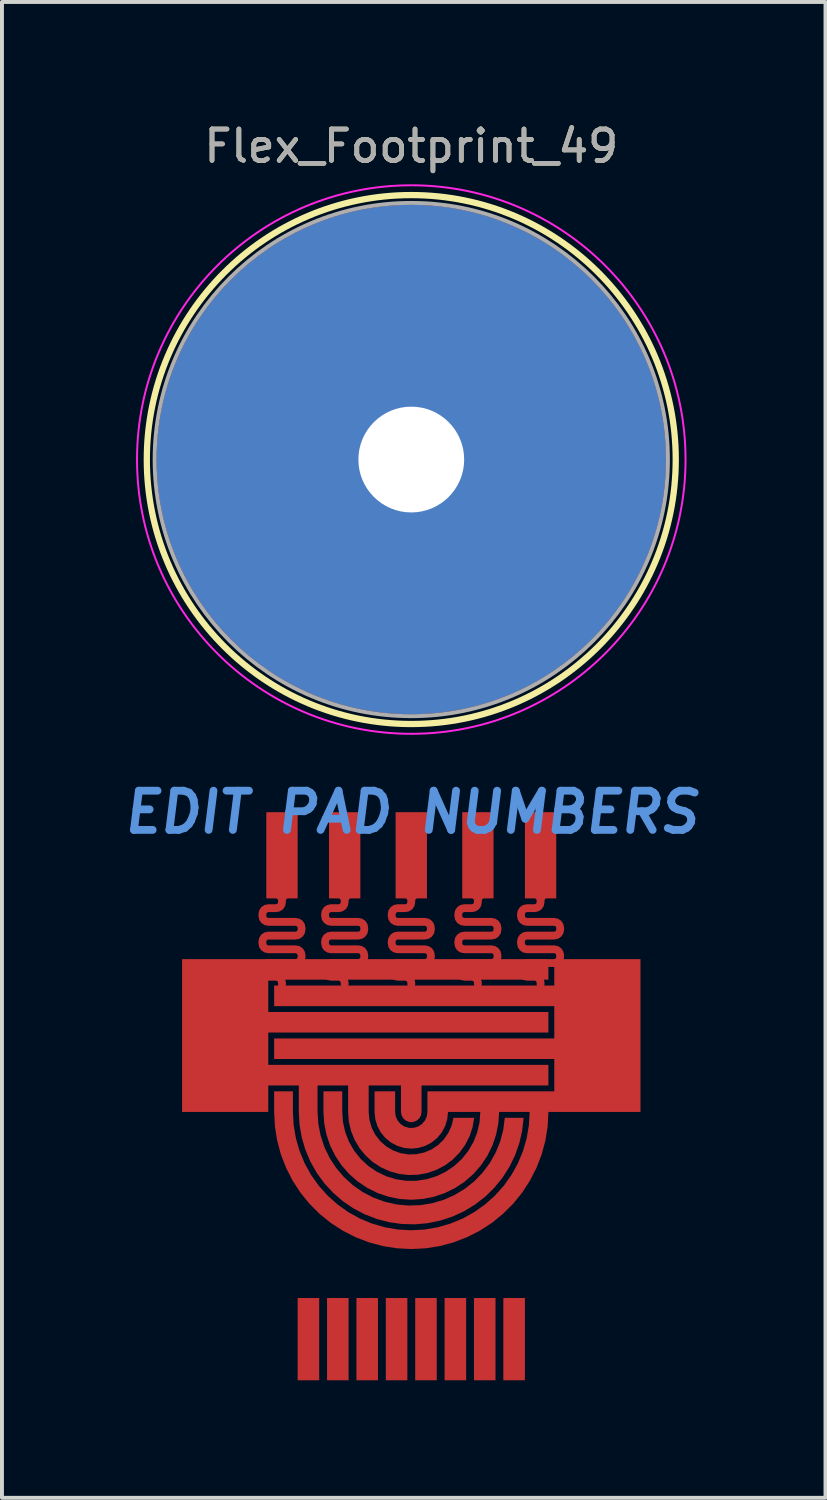
<source format=kicad_pcb>
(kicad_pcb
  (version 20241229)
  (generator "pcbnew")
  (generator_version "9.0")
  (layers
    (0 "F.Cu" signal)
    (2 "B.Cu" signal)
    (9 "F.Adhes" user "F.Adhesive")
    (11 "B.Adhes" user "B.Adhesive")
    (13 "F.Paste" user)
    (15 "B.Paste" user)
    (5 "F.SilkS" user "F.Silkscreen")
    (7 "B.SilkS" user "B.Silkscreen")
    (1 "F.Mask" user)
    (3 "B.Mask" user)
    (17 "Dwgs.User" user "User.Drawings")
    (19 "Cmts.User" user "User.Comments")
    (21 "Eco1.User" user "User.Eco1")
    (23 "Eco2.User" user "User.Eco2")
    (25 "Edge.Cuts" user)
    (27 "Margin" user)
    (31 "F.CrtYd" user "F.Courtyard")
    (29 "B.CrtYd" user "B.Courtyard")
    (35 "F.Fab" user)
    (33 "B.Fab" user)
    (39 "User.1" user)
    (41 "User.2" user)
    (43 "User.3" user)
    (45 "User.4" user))
  (footprint "Flex_Footprint_49"
    (layer "F.Cu")
    (at 7.447 8.679)
    (property "Reference" "Flex_Footprint_49" (at 0 -8 0) (layer "F.SilkS") (effects (font (size 0.8 0.8) (thickness 0.12))))
    (attr through_hole)
    (fp_circle (center 0 0) (end -6.75 0) (stroke (width 0.16) (type solid)) (fill no) (layer "F.SilkS"))
    (fp_circle (center 0 0) (end -7 0) (stroke (width 0.05) (type solid)) (fill no) (layer "F.CrtYd"))
    (fp_circle (center 0 0) (end -6.55 0) (stroke (width 0.1) (type solid)) (fill no) (layer "F.Fab"))
    (fp_text user "EDIT PAD NUMBERS" (at 0 9 0) (layer "Cmts.User") (effects (font (size 1 1) (thickness 0.2) (italic yes))))
    (fp_text user "${REFERENCE}" (at 0 -8 0) (layer "F.Fab") (effects (font (size 0.8 0.8) (thickness 0.12))))
    (pad "#" smd custom (at -4.85 13.75) (size 0.2 0.2) (layers "F.Cu" "F.Mask") (options (anchor circle)) (primitives (gr_poly (pts (xy 8.35 -0.475) (xy 1.2 -0.475) (xy 1.2 0.35) (xy 8.35 0.35) (xy 8.35 0.875) (xy 1.2 0.875) (xy 1.2 1.7) (xy 8.35 1.7) (xy 8.35 2.225) (xy 5.112 2.225) (xy 5.112 2.9) (xy 5.097 2.99) (xy 5.051 3.069) (xy 4.981 3.127) (xy 4.896 3.159) (xy 4.804 3.159) (xy 4.719 3.127) (xy 4.649 3.069) (xy 4.603 2.99) (xy 4.587 2.9) (xy 4.587 2.225) (xy 3.763 2.225) (xy 3.763 2.9) (xy 3.782 3.103) (xy 3.838 3.299) (xy 3.93 3.481) (xy 4.055 3.642) (xy 4.207 3.777) (xy 4.382 3.882) (xy 4.574 3.952) (xy 4.775 3.985) (xy 4.979 3.98) (xy 5.178 3.937) (xy 5.366 3.858) (xy 5.535 3.745) (xy 5.681 3.602) (xy 5.797 3.434) (xy 5.88 3.248) (xy 5.927 3.05) (xy 6.456 3.05) (xy 6.414 3.292) (xy 6.336 3.525) (xy 6.224 3.743) (xy 6.08 3.942) (xy 5.908 4.117) (xy 5.711 4.264) (xy 5.494 4.378) (xy 5.262 4.459) (xy 5.02 4.503) (xy 4.775 4.511) (xy 4.531 4.481) (xy 4.295 4.414) (xy 4.071 4.312) (xy 3.866 4.178) (xy 3.684 4.013) (xy 3.528 3.823) (xy 3.403 3.612) (xy 3.312 3.384) (xy 3.256 3.145) (xy 3.238 2.9) (xy 3.238 2.225) (xy 2.458 2.225) (xy 2.458 2.9) (xy 2.478 3.206) (xy 2.537 3.507) (xy 2.633 3.798) (xy 2.766 4.074) (xy 2.934 4.331) (xy 3.133 4.564) (xy 3.36 4.77) (xy 3.611 4.946) (xy 3.883 5.087) (xy 4.171 5.193) (xy 4.47 5.261) (xy 4.775 5.29) (xy 5.081 5.28) (xy 5.384 5.231) (xy 5.678 5.144) (xy 5.958 5.019) (xy 6.22 4.86) (xy 6.46 4.669) (xy 6.673 4.448) (xy 6.856 4.202) (xy 7.006 3.935) (xy 7.121 3.651) (xy 7.198 3.354) (xy 7.237 3.05) (xy 7.717 3.05) (xy 7.681 3.376) (xy 7.608 3.696) (xy 7.499 4.006) (xy 7.356 4.301) (xy 7.179 4.578) (xy 6.972 4.833) (xy 6.738 5.063) (xy 6.478 5.264) (xy 6.198 5.435) (xy 5.9 5.572) (xy 5.588 5.674) (xy 5.266 5.741) (xy 4.939 5.769) (xy 4.611 5.761) (xy 4.286 5.715) (xy 3.968 5.632) (xy 3.662 5.514) (xy 3.371 5.361) (xy 3.1 5.176) (xy 2.852 4.961) (xy 2.63 4.72) (xy 2.436 4.454) (xy 2.275 4.169) (xy 2.147 3.866) (xy 2.054 3.551) (xy 1.998 3.228) (xy 1.979 2.9) (xy 1.979 2.225) (xy 1.2 2.225) (xy 1.2 2.9) (xy -1 2.9) (xy -1 -1) (xy 8.35 -1)) (width 0) (fill yes))))
    (pad "#" smd custom (at -3.3 13.4) (size 0.1 0.1) (layers "F.Cu" "F.Mask") (options (anchor circle)) (primitives (gr_poly (pts (xy -0.15 -2.05) (xy -0.115 -2.065) (xy -0.1 -2.1) (xy -0.1 -2.15) (xy -0.115 -2.185) (xy -0.15 -2.2) (xy -0.4 -2.2) (xy -0.4 -4.4) (xy 0.4 -4.4) (xy 0.4 -2.2) (xy 0.15 -2.2) (xy 0.115 -2.185) (xy 0.1 -2.15) (xy 0.1 -2.1) (xy 0.081 -2.004) (xy 0.027 -1.923) (xy -0.054 -1.869) (xy -0.15 -1.85) (xy -0.35 -1.85) (xy -0.385 -1.835) (xy -0.4 -1.8) (xy -0.4 -1.75) (xy -0.385 -1.715) (xy -0.35 -1.7) (xy 0.35 -1.7) (xy 0.446 -1.681) (xy 0.527 -1.627) (xy 0.581 -1.546) (xy 0.6 -1.45) (xy 0.6 -1.4) (xy 0.581 -1.304) (xy 0.527 -1.223) (xy 0.446 -1.169) (xy 0.35 -1.15) (xy -0.35 -1.15) (xy -0.385 -1.135) (xy -0.4 -1.1) (xy -0.4 -1.05) (xy -0.385 -1.015) (xy -0.35 -1) (xy 0.35 -1) (xy 0.446 -0.981) (xy 0.527 -0.927) (xy 0.581 -0.846) (xy 0.6 -0.75) (xy 0.6 -0.7) (xy 0.581 -0.604) (xy 0.527 -0.523) (xy 0.446 -0.469) (xy 0.35 -0.45) (xy -0.35 -0.45) (xy -0.385 -0.435) (xy -0.4 -0.4) (xy -0.4 -0.35) (xy -0.385 -0.315) (xy -0.35 -0.3) (xy -0.15 -0.3) (xy -0.054 -0.281) (xy 0.027 -0.227) (xy 0.081 -0.146) (xy 0.1 -0.05) (xy 0.1 0) (xy 0.081 0.059) (xy 0.031 0.095) (xy -0.031 0.095) (xy -0.081 0.059) (xy -0.1 0) (xy -0.1 -0.05) (xy -0.115 -0.085) (xy -0.15 -0.1) (xy -0.35 -0.1) (xy -0.446 -0.119) (xy -0.527 -0.173) (xy -0.581 -0.254) (xy -0.6 -0.35) (xy -0.6 -0.4) (xy -0.581 -0.496) (xy -0.527 -0.577) (xy -0.446 -0.631) (xy -0.35 -0.65) (xy 0.35 -0.65) (xy 0.385 -0.665) (xy 0.4 -0.7) (xy 0.4 -0.75) (xy 0.385 -0.785) (xy 0.35 -0.8) (xy -0.35 -0.8) (xy -0.446 -0.819) (xy -0.527 -0.873) (xy -0.581 -0.954) (xy -0.6 -1.05) (xy -0.6 -1.1) (xy -0.581 -1.196) (xy -0.527 -1.277) (xy -0.446 -1.331) (xy -0.35 -1.35) (xy 0.35 -1.35) (xy 0.385 -1.365) (xy 0.4 -1.4) (xy 0.4 -1.45) (xy 0.385 -1.485) (xy 0.35 -1.5) (xy -0.35 -1.5) (xy -0.446 -1.519) (xy -0.527 -1.573) (xy -0.581 -1.654) (xy -0.6 -1.75) (xy -0.6 -1.8) (xy -0.581 -1.896) (xy -0.527 -1.977) (xy -0.446 -2.031) (xy -0.35 -2.05)) (width 0) (fill yes))))
    (pad "#" smd custom (at -2.625 22.45) (size 0.2 0.2) (layers "F.Cu" "F.Mask") (options (anchor circle)) (primitives (gr_poly (pts (xy -0.275 -1.05) (xy -0.275 1.05) (xy 0.275 1.05) (xy 0.275 -1.05)) (width 0) (fill yes))))
    (pad "#" smd custom (at -1.875 22.45) (size 0.2 0.2) (layers "F.Cu" "F.Mask") (options (anchor circle)) (primitives (gr_poly (pts (xy 0.275 -1.05) (xy 0.275 1.05) (xy -0.275 1.05) (xy -0.275 -1.05)) (width 0) (fill yes))))
    (pad "#" smd custom (at -1.7 13.4) (size 0.1 0.1) (layers "F.Cu" "F.Mask") (options (anchor circle)) (primitives (gr_poly (pts (xy -0.15 -2.05) (xy -0.115 -2.065) (xy -0.1 -2.1) (xy -0.1 -2.15) (xy -0.115 -2.185) (xy -0.15 -2.2) (xy -0.4 -2.2) (xy -0.4 -4.4) (xy 0.4 -4.4) (xy 0.4 -2.2) (xy 0.15 -2.2) (xy 0.115 -2.185) (xy 0.1 -2.15) (xy 0.1 -2.1) (xy 0.081 -2.004) (xy 0.027 -1.923) (xy -0.054 -1.869) (xy -0.15 -1.85) (xy -0.35 -1.85) (xy -0.385 -1.835) (xy -0.4 -1.8) (xy -0.4 -1.75) (xy -0.385 -1.715) (xy -0.35 -1.7) (xy 0.35 -1.7) (xy 0.446 -1.681) (xy 0.527 -1.627) (xy 0.581 -1.546) (xy 0.6 -1.45) (xy 0.6 -1.4) (xy 0.581 -1.304) (xy 0.527 -1.223) (xy 0.446 -1.169) (xy 0.35 -1.15) (xy -0.35 -1.15) (xy -0.385 -1.135) (xy -0.4 -1.1) (xy -0.4 -1.05) (xy -0.385 -1.015) (xy -0.35 -1) (xy 0.35 -1) (xy 0.446 -0.981) (xy 0.527 -0.927) (xy 0.581 -0.846) (xy 0.6 -0.75) (xy 0.6 -0.7) (xy 0.581 -0.604) (xy 0.527 -0.523) (xy 0.446 -0.469) (xy 0.35 -0.45) (xy -0.35 -0.45) (xy -0.385 -0.435) (xy -0.4 -0.4) (xy -0.4 -0.35) (xy -0.385 -0.315) (xy -0.35 -0.3) (xy -0.15 -0.3) (xy -0.054 -0.281) (xy 0.027 -0.227) (xy 0.081 -0.146) (xy 0.1 -0.05) (xy 0.1 0) (xy 0.081 0.059) (xy 0.031 0.095) (xy -0.031 0.095) (xy -0.081 0.059) (xy -0.1 0) (xy -0.1 -0.05) (xy -0.115 -0.085) (xy -0.15 -0.1) (xy -0.35 -0.1) (xy -0.446 -0.119) (xy -0.527 -0.173) (xy -0.581 -0.254) (xy -0.6 -0.35) (xy -0.6 -0.4) (xy -0.581 -0.496) (xy -0.527 -0.577) (xy -0.446 -0.631) (xy -0.35 -0.65) (xy 0.35 -0.65) (xy 0.385 -0.665) (xy 0.4 -0.7) (xy 0.4 -0.75) (xy 0.385 -0.785) (xy 0.35 -0.8) (xy -0.35 -0.8) (xy -0.446 -0.819) (xy -0.527 -0.873) (xy -0.581 -0.954) (xy -0.6 -1.05) (xy -0.6 -1.1) (xy -0.581 -1.196) (xy -0.527 -1.277) (xy -0.446 -1.331) (xy -0.35 -1.35) (xy 0.35 -1.35) (xy 0.385 -1.365) (xy 0.4 -1.4) (xy 0.4 -1.45) (xy 0.385 -1.485) (xy 0.35 -1.5) (xy -0.35 -1.5) (xy -0.446 -1.519) (xy -0.527 -1.573) (xy -0.581 -1.654) (xy -0.6 -1.75) (xy -0.6 -1.8) (xy -0.581 -1.896) (xy -0.527 -1.977) (xy -0.446 -2.031) (xy -0.35 -2.05)) (width 0) (fill yes))))
    (pad "#" smd custom (at -1.125 22.45) (size 0.2 0.2) (layers "F.Cu" "F.Mask") (options (anchor circle)) (primitives (gr_poly (pts (xy 0.275 -1.05) (xy 0.275 1.05) (xy -0.275 1.05) (xy -0.275 -1.05)) (width 0) (fill yes))))
    (pad "#" smd custom (at -0.375 22.45) (size 0.2 0.2) (layers "F.Cu" "F.Mask") (options (anchor circle)) (primitives (gr_poly (pts (xy 0.275 1.05) (xy -0.275 1.05) (xy -0.275 -1.05) (xy 0.275 -1.05)) (width 0) (fill yes))))
    (pad "#" thru_hole circle (at 0 0) (size 13 13) (drill 2.7) (layers "*.Cu" "*.Mask"))
    (pad "#" smd custom (at 0 13.4) (size 0.1 0.1) (layers "F.Cu" "F.Mask") (options (anchor circle)) (primitives (gr_poly (pts (xy -0.15 -2.05) (xy -0.115 -2.065) (xy -0.1 -2.1) (xy -0.1 -2.15) (xy -0.115 -2.185) (xy -0.15 -2.2) (xy -0.4 -2.2) (xy -0.4 -4.4) (xy 0.4 -4.4) (xy 0.4 -2.2) (xy 0.15 -2.2) (xy 0.115 -2.185) (xy 0.1 -2.15) (xy 0.1 -2.1) (xy 0.081 -2.004) (xy 0.027 -1.923) (xy -0.054 -1.869) (xy -0.15 -1.85) (xy -0.35 -1.85) (xy -0.385 -1.835) (xy -0.4 -1.8) (xy -0.4 -1.75) (xy -0.385 -1.715) (xy -0.35 -1.7) (xy 0.35 -1.7) (xy 0.446 -1.681) (xy 0.527 -1.627) (xy 0.581 -1.546) (xy 0.6 -1.45) (xy 0.6 -1.4) (xy 0.581 -1.304) (xy 0.527 -1.223) (xy 0.446 -1.169) (xy 0.35 -1.15) (xy -0.35 -1.15) (xy -0.385 -1.135) (xy -0.4 -1.1) (xy -0.4 -1.05) (xy -0.385 -1.015) (xy -0.35 -1) (xy 0.35 -1) (xy 0.446 -0.981) (xy 0.527 -0.927) (xy 0.581 -0.846) (xy 0.6 -0.75) (xy 0.6 -0.7) (xy 0.581 -0.604) (xy 0.527 -0.523) (xy 0.446 -0.469) (xy 0.35 -0.45) (xy -0.35 -0.45) (xy -0.385 -0.435) (xy -0.4 -0.4) (xy -0.4 -0.35) (xy -0.385 -0.315) (xy -0.35 -0.3) (xy -0.15 -0.3) (xy -0.054 -0.281) (xy 0.027 -0.227) (xy 0.081 -0.146) (xy 0.1 -0.05) (xy 0.1 0) (xy 0.081 0.059) (xy 0.031 0.095) (xy -0.031 0.095) (xy -0.081 0.059) (xy -0.1 0) (xy -0.1 -0.05) (xy -0.115 -0.085) (xy -0.15 -0.1) (xy -0.35 -0.1) (xy -0.446 -0.119) (xy -0.527 -0.173) (xy -0.581 -0.254) (xy -0.6 -0.35) (xy -0.6 -0.4) (xy -0.581 -0.496) (xy -0.527 -0.577) (xy -0.446 -0.631) (xy -0.35 -0.65) (xy 0.35 -0.65) (xy 0.385 -0.665) (xy 0.4 -0.7) (xy 0.4 -0.75) (xy 0.385 -0.785) (xy 0.35 -0.8) (xy -0.35 -0.8) (xy -0.446 -0.819) (xy -0.527 -0.873) (xy -0.581 -0.954) (xy -0.6 -1.05) (xy -0.6 -1.1) (xy -0.581 -1.196) (xy -0.527 -1.277) (xy -0.446 -1.331) (xy -0.35 -1.35) (xy 0.35 -1.35) (xy 0.385 -1.365) (xy 0.4 -1.4) (xy 0.4 -1.45) (xy 0.385 -1.485) (xy 0.35 -1.5) (xy -0.35 -1.5) (xy -0.446 -1.519) (xy -0.527 -1.573) (xy -0.581 -1.654) (xy -0.6 -1.75) (xy -0.6 -1.8) (xy -0.581 -1.896) (xy -0.527 -1.977) (xy -0.446 -2.031) (xy -0.35 -2.05)) (width 0) (fill yes))))
    (pad "#" smd custom (at 0.375 22.45) (size 0.2 0.2) (layers "F.Cu" "F.Mask") (options (anchor circle)) (primitives (gr_poly (pts (xy 0.275 -1.05) (xy 0.275 1.05) (xy -0.275 1.05) (xy -0.275 -1.05)) (width 0) (fill yes))))
    (pad "#" smd custom (at 1.125 22.45) (size 0.2 0.2) (layers "F.Cu" "F.Mask") (options (anchor circle)) (primitives (gr_poly (pts (xy 0.275 -1.05) (xy 0.275 1.05) (xy -0.275 1.05) (xy -0.275 -1.05)) (width 0) (fill yes))))
    (pad "#" smd custom (at 1.7 13.4) (size 0.1 0.1) (layers "F.Cu" "F.Mask") (options (anchor circle)) (primitives (gr_poly (pts (xy -0.15 -2.05) (xy -0.115 -2.065) (xy -0.1 -2.1) (xy -0.1 -2.15) (xy -0.115 -2.185) (xy -0.15 -2.2) (xy -0.4 -2.2) (xy -0.4 -4.4) (xy 0.4 -4.4) (xy 0.4 -2.2) (xy 0.15 -2.2) (xy 0.115 -2.185) (xy 0.1 -2.15) (xy 0.1 -2.1) (xy 0.081 -2.004) (xy 0.027 -1.923) (xy -0.054 -1.869) (xy -0.15 -1.85) (xy -0.35 -1.85) (xy -0.385 -1.835) (xy -0.4 -1.8) (xy -0.4 -1.75) (xy -0.385 -1.715) (xy -0.35 -1.7) (xy 0.35 -1.7) (xy 0.446 -1.681) (xy 0.527 -1.627) (xy 0.581 -1.546) (xy 0.6 -1.45) (xy 0.6 -1.4) (xy 0.581 -1.304) (xy 0.527 -1.223) (xy 0.446 -1.169) (xy 0.35 -1.15) (xy -0.35 -1.15) (xy -0.385 -1.135) (xy -0.4 -1.1) (xy -0.4 -1.05) (xy -0.385 -1.015) (xy -0.35 -1) (xy 0.35 -1) (xy 0.446 -0.981) (xy 0.527 -0.927) (xy 0.581 -0.846) (xy 0.6 -0.75) (xy 0.6 -0.7) (xy 0.581 -0.604) (xy 0.527 -0.523) (xy 0.446 -0.469) (xy 0.35 -0.45) (xy -0.35 -0.45) (xy -0.385 -0.435) (xy -0.4 -0.4) (xy -0.4 -0.35) (xy -0.385 -0.315) (xy -0.35 -0.3) (xy -0.15 -0.3) (xy -0.054 -0.281) (xy 0.027 -0.227) (xy 0.081 -0.146) (xy 0.1 -0.05) (xy 0.1 0) (xy 0.081 0.059) (xy 0.031 0.095) (xy -0.031 0.095) (xy -0.081 0.059) (xy -0.1 0) (xy -0.1 -0.05) (xy -0.115 -0.085) (xy -0.15 -0.1) (xy -0.35 -0.1) (xy -0.446 -0.119) (xy -0.527 -0.173) (xy -0.581 -0.254) (xy -0.6 -0.35) (xy -0.6 -0.4) (xy -0.581 -0.496) (xy -0.527 -0.577) (xy -0.446 -0.631) (xy -0.35 -0.65) (xy 0.35 -0.65) (xy 0.385 -0.665) (xy 0.4 -0.7) (xy 0.4 -0.75) (xy 0.385 -0.785) (xy 0.35 -0.8) (xy -0.35 -0.8) (xy -0.446 -0.819) (xy -0.527 -0.873) (xy -0.581 -0.954) (xy -0.6 -1.05) (xy -0.6 -1.1) (xy -0.581 -1.196) (xy -0.527 -1.277) (xy -0.446 -1.331) (xy -0.35 -1.35) (xy 0.35 -1.35) (xy 0.385 -1.365) (xy 0.4 -1.4) (xy 0.4 -1.45) (xy 0.385 -1.485) (xy 0.35 -1.5) (xy -0.35 -1.5) (xy -0.446 -1.519) (xy -0.527 -1.573) (xy -0.581 -1.654) (xy -0.6 -1.75) (xy -0.6 -1.8) (xy -0.581 -1.896) (xy -0.527 -1.977) (xy -0.446 -2.031) (xy -0.35 -2.05)) (width 0) (fill yes))))
    (pad "#" smd custom (at 1.875 22.45) (size 0.2 0.2) (layers "F.Cu" "F.Mask") (options (anchor circle)) (primitives (gr_poly (pts (xy 0.275 -1.05) (xy 0.275 1.05) (xy -0.275 1.05) (xy -0.275 -1.05)) (width 0) (fill yes))))
    (pad "#" smd custom (at 2.625 22.45) (size 0.2 0.2) (layers "F.Cu" "F.Mask") (options (anchor circle)) (primitives (gr_poly (pts (xy 0.275 -1.05) (xy 0.275 1.05) (xy -0.275 1.05) (xy -0.275 -1.05)) (width 0) (fill yes))))
    (pad "#" smd custom (at 3.3 13.4) (size 0.1 0.1) (layers "F.Cu" "F.Mask") (options (anchor circle)) (primitives (gr_poly (pts (xy -0.15 -2.05) (xy -0.115 -2.065) (xy -0.1 -2.1) (xy -0.1 -2.15) (xy -0.115 -2.185) (xy -0.15 -2.2) (xy -0.4 -2.2) (xy -0.4 -4.4) (xy 0.4 -4.4) (xy 0.4 -2.2) (xy 0.15 -2.2) (xy 0.115 -2.185) (xy 0.1 -2.15) (xy 0.1 -2.1) (xy 0.081 -2.004) (xy 0.027 -1.923) (xy -0.054 -1.869) (xy -0.15 -1.85) (xy -0.35 -1.85) (xy -0.385 -1.835) (xy -0.4 -1.8) (xy -0.4 -1.75) (xy -0.385 -1.715) (xy -0.35 -1.7) (xy 0.35 -1.7) (xy 0.446 -1.681) (xy 0.527 -1.627) (xy 0.581 -1.546) (xy 0.6 -1.45) (xy 0.6 -1.4) (xy 0.581 -1.304) (xy 0.527 -1.223) (xy 0.446 -1.169) (xy 0.35 -1.15) (xy -0.35 -1.15) (xy -0.385 -1.135) (xy -0.4 -1.1) (xy -0.4 -1.05) (xy -0.385 -1.015) (xy -0.35 -1) (xy 0.35 -1) (xy 0.446 -0.981) (xy 0.527 -0.927) (xy 0.581 -0.846) (xy 0.6 -0.75) (xy 0.6 -0.7) (xy 0.581 -0.604) (xy 0.527 -0.523) (xy 0.446 -0.469) (xy 0.35 -0.45) (xy -0.35 -0.45) (xy -0.385 -0.435) (xy -0.4 -0.4) (xy -0.4 -0.35) (xy -0.385 -0.315) (xy -0.35 -0.3) (xy -0.15 -0.3) (xy -0.054 -0.281) (xy 0.027 -0.227) (xy 0.081 -0.146) (xy 0.1 -0.05) (xy 0.1 0) (xy 0.081 0.059) (xy 0.031 0.095) (xy -0.031 0.095) (xy -0.081 0.059) (xy -0.1 0) (xy -0.1 -0.05) (xy -0.115 -0.085) (xy -0.15 -0.1) (xy -0.35 -0.1) (xy -0.446 -0.119) (xy -0.527 -0.173) (xy -0.581 -0.254) (xy -0.6 -0.35) (xy -0.6 -0.4) (xy -0.581 -0.496) (xy -0.527 -0.577) (xy -0.446 -0.631) (xy -0.35 -0.65) (xy 0.35 -0.65) (xy 0.385 -0.665) (xy 0.4 -0.7) (xy 0.4 -0.75) (xy 0.385 -0.785) (xy 0.35 -0.8) (xy -0.35 -0.8) (xy -0.446 -0.819) (xy -0.527 -0.873) (xy -0.581 -0.954) (xy -0.6 -1.05) (xy -0.6 -1.1) (xy -0.581 -1.196) (xy -0.527 -1.277) (xy -0.446 -1.331) (xy -0.35 -1.35) (xy 0.35 -1.35) (xy 0.385 -1.365) (xy 0.4 -1.4) (xy 0.4 -1.45) (xy 0.385 -1.485) (xy 0.35 -1.5) (xy -0.35 -1.5) (xy -0.446 -1.519) (xy -0.527 -1.573) (xy -0.581 -1.654) (xy -0.6 -1.75) (xy -0.6 -1.8) (xy -0.581 -1.896) (xy -0.527 -1.977) (xy -0.446 -2.031) (xy -0.35 -2.05)) (width 0) (fill yes))))
    (pad "#" smd custom (at 4.85 13.75) (size 0.2 0.2) (layers "F.Cu" "F.Mask") (options (anchor circle)) (primitives (gr_poly (pts (xy -8.331 3.266) (xy -8.274 3.628) (xy -8.179 3.982) (xy -8.047 4.324) (xy -7.881 4.65) (xy -7.682 4.957) (xy -7.451 5.242) (xy -7.192 5.501) (xy -6.907 5.732) (xy -6.6 5.931) (xy -6.274 6.097) (xy -5.932 6.229) (xy -5.578 6.324) (xy -5.216 6.381) (xy -4.85 6.4) (xy -4.484 6.381) (xy -4.122 6.324) (xy -3.768 6.229) (xy -3.426 6.097) (xy -3.1 5.931) (xy -2.793 5.732) (xy -2.508 5.501) (xy -2.249 5.242) (xy -2.018 4.957) (xy -1.819 4.65) (xy -1.653 4.324) (xy -1.521 3.982) (xy -1.426 3.628) (xy -1.369 3.266) (xy -1.35 2.9) (xy 1 2.9) (xy 1 -1) (xy -1.2 -1) (xy -1.2 -0.325) (xy -8.35 -0.325) (xy -8.35 0.2) (xy -1.2 0.2) (xy -1.2 1.025) (xy -8.35 1.025) (xy -8.35 1.55) (xy -1.2 1.55) (xy -1.2 2.375) (xy -4.438 2.375) (xy -4.438 2.9) (xy -4.454 3.016) (xy -4.503 3.123) (xy -4.58 3.212) (xy -4.679 3.275) (xy -4.791 3.308) (xy -4.909 3.308) (xy -5.021 3.275) (xy -5.12 3.212) (xy -5.197 3.123) (xy -5.246 3.016) (xy -5.262 2.9) (xy -5.262 2.375) (xy -5.787 2.375) (xy -5.787 2.9) (xy -5.769 3.083) (xy -5.716 3.259) (xy -5.63 3.421) (xy -5.513 3.563) (xy -5.371 3.68) (xy -5.209 3.766) (xy -5.033 3.819) (xy -4.85 3.837) (xy -4.667 3.819) (xy -4.491 3.766) (xy -4.329 3.68) (xy -4.187 3.563) (xy -4.07 3.421) (xy -3.984 3.259) (xy -3.931 3.083) (xy -3.912 2.9) (xy -3.088 2.9) (xy -3.107 3.163) (xy -3.166 3.42) (xy -3.262 3.665) (xy -3.394 3.893) (xy -3.558 4.099) (xy -3.751 4.278) (xy -3.969 4.426) (xy -4.206 4.541) (xy -4.458 4.618) (xy -4.718 4.658) (xy -4.982 4.658) (xy -5.242 4.618) (xy -5.494 4.541) (xy -5.731 4.426) (xy -5.949 4.278) (xy -6.142 4.099) (xy -6.306 3.893) (xy -6.438 3.665) (xy -6.534 3.42) (xy -6.593 3.163) (xy -6.612 2.9) (xy -6.612 2.375) (xy -7.092 2.375) (xy -7.092 2.9) (xy -7.072 3.193) (xy -7.015 3.48) (xy -6.921 3.758) (xy -6.791 4.021) (xy -6.628 4.265) (xy -6.435 4.485) (xy -6.215 4.678) (xy -5.971 4.841) (xy -5.708 4.971) (xy -5.43 5.065) (xy -5.143 5.122) (xy -4.85 5.142) (xy -4.557 5.122) (xy -4.27 5.065) (xy -3.992 4.971) (xy -3.729 4.841) (xy -3.485 4.678) (xy -3.265 4.485) (xy -3.072 4.265) (xy -2.909 4.021) (xy -2.779 3.758) (xy -2.685 3.48) (xy -2.628 3.193) (xy -2.608 2.9) (xy -1.829 2.9) (xy -1.848 3.238) (xy -1.905 3.572) (xy -1.999 3.898) (xy -2.128 4.211) (xy -2.292 4.507) (xy -2.488 4.783) (xy -2.714 5.036) (xy -2.967 5.262) (xy -3.243 5.458) (xy -3.539 5.622) (xy -3.852 5.751) (xy -4.178 5.845) (xy -4.512 5.902) (xy -4.85 5.921) (xy -5.188 5.902) (xy -5.522 5.845) (xy -5.848 5.751) (xy -6.161 5.622) (xy -6.457 5.458) (xy -6.733 5.262) (xy -6.986 5.036) (xy -7.212 4.783) (xy -7.408 4.507) (xy -7.572 4.211) (xy -7.701 3.898) (xy -7.795 3.572) (xy -7.852 3.238) (xy -7.871 2.9) (xy -7.871 2.375) (xy -8.35 2.375) (xy -8.35 2.9)) (width 0) (fill yes)))))
  (gr_rect
    (start -3 -3)
    (end 18.019 35.179)
    (stroke (width 0.1) (type default))
    (fill no)
    (layer "Edge.Cuts")))
</source>
